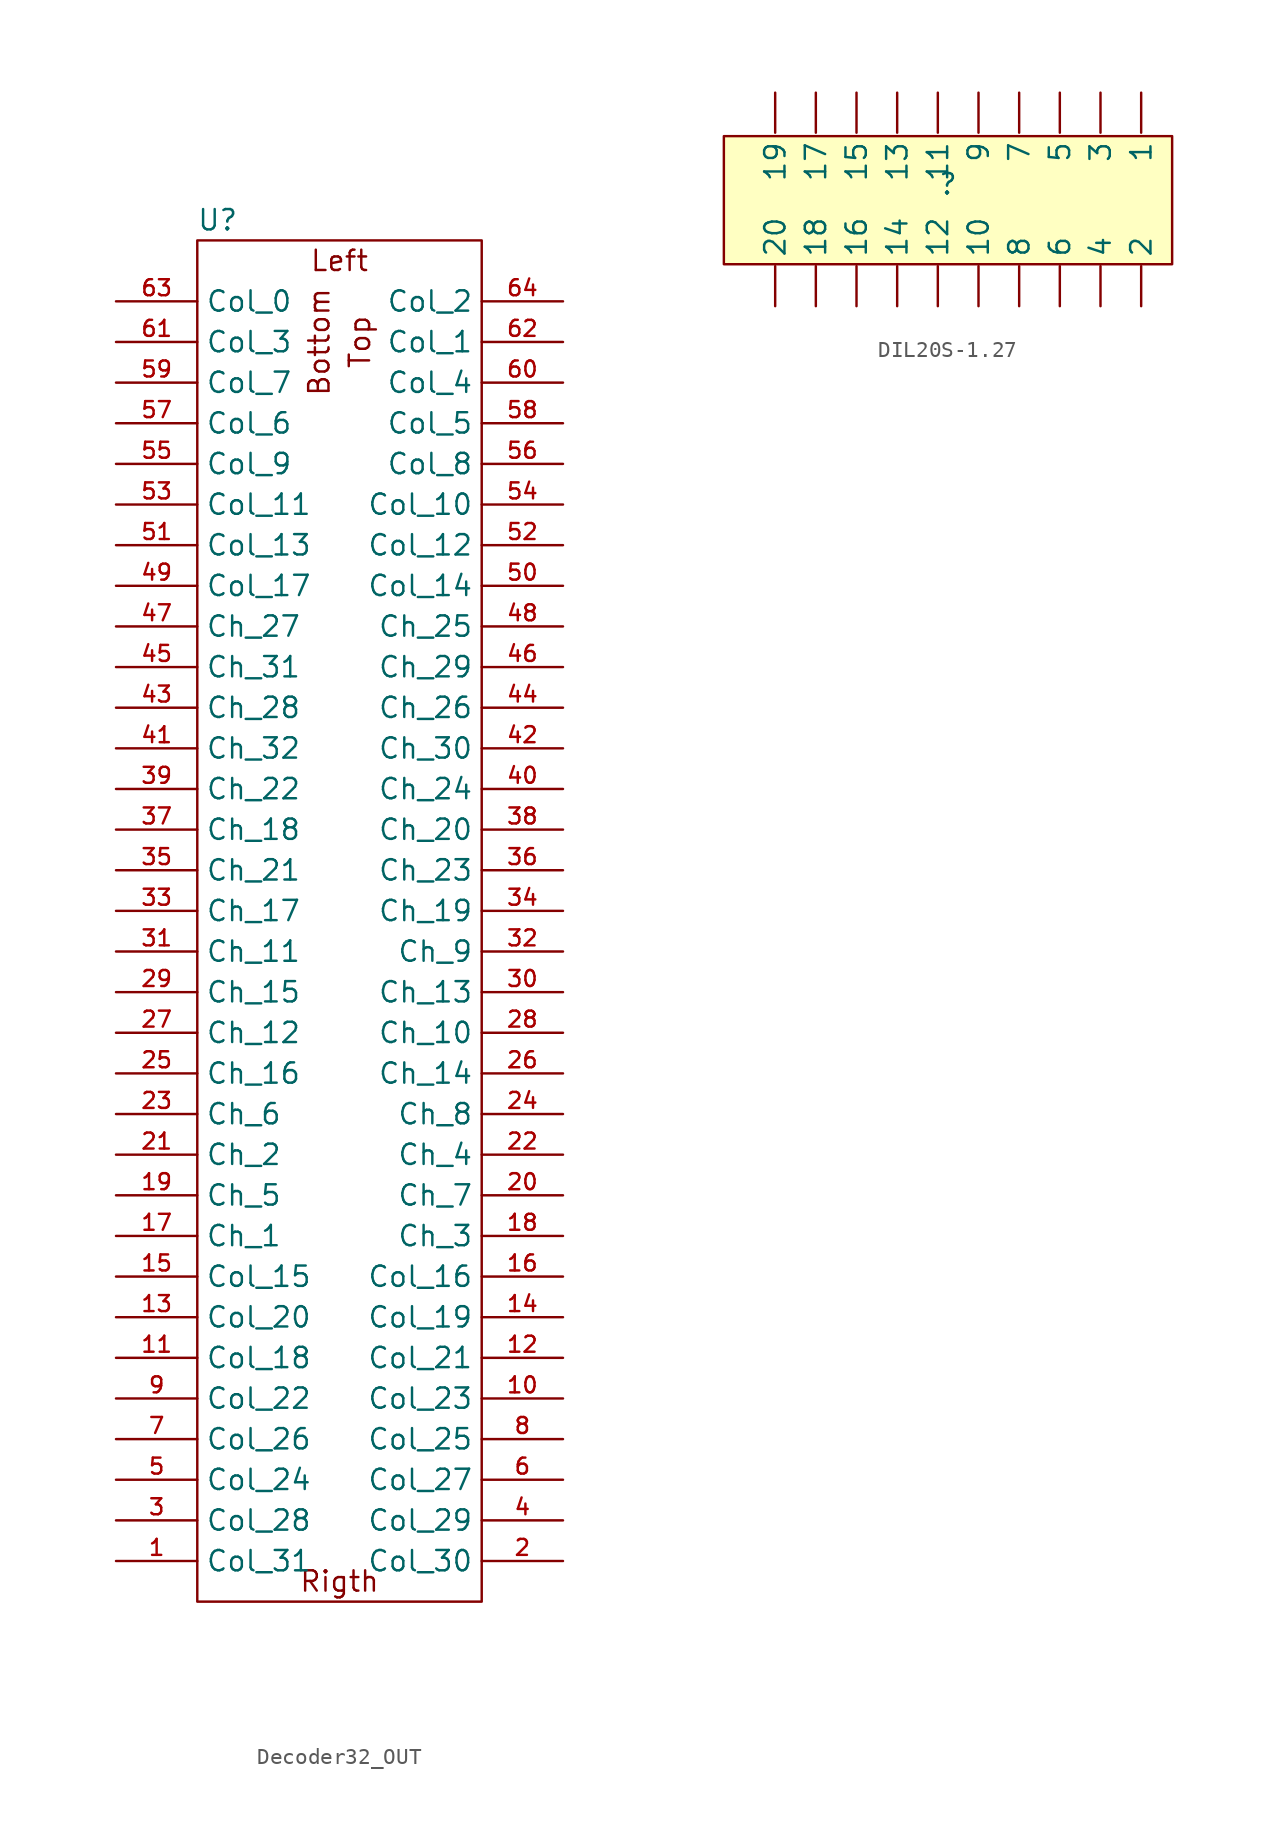
<source format=kicad_sym>
(kicad_symbol_lib
  (version 20220914)
  (generator kicad_symbol_editor)
  (symbol "Decoder32_OUT"
    (property "Reference" "U"
      (at 6.35 1.27 0)
      (effects (font (size 1.27 1.27))))
    (property "Value" ""
      (at 0 0 0)
      (effects (font (size 1.27 1.27))))
    (symbol "Decoder32_OUT_0_1"
      (rectangle (start 5.08 0) (end 22.86 -85.09) (stroke (width 0) (type default)) (fill (type none))))
    (symbol "Decoder32_OUT_1_0"
      (pin passive line (at 0 -82.55 0) (length 5.08) (name "Col_31" (effects (font (size 1.27 1.27)))) (number "1" (effects (font (size 1 1)))))
      (pin passive line (at 27.94 -72.39 180) (length 5.08) (name "Col_23" (effects (font (size 1.27 1.27)))) (number "10" (effects (font (size 1 1)))))
      (pin passive line (at 0 -69.85 0) (length 5.08) (name "Col_18" (effects (font (size 1.27 1.27)))) (number "11" (effects (font (size 1 1)))))
      (pin passive line (at 27.94 -69.85 180) (length 5.08) (name "Col_21" (effects (font (size 1.27 1.27)))) (number "12" (effects (font (size 1 1)))))
      (pin passive line (at 0 -67.31 0) (length 5.08) (name "Col_20" (effects (font (size 1.27 1.27)))) (number "13" (effects (font (size 1 1)))))
      (pin passive line (at 27.94 -67.31 180) (length 5.08) (name "Col_19" (effects (font (size 1.27 1.27)))) (number "14" (effects (font (size 1 1)))))
      (pin passive line (at 0 -64.77 0) (length 5.08) (name "Col_15" (effects (font (size 1.27 1.27)))) (number "15" (effects (font (size 1 1)))))
      (pin passive line (at 27.94 -64.77 180) (length 5.08) (name "Col_16" (effects (font (size 1.27 1.27)))) (number "16" (effects (font (size 1 1)))))
      (pin passive line (at 0 -62.23 0) (length 5.08) (name "Ch_1" (effects (font (size 1.27 1.27)))) (number "17" (effects (font (size 1 1)))))
      (pin passive line (at 27.94 -62.23 180) (length 5.08) (name "Ch_3" (effects (font (size 1.27 1.27)))) (number "18" (effects (font (size 1 1)))))
      (pin passive line (at 0 -59.69 0) (length 5.08) (name "Ch_5" (effects (font (size 1.27 1.27)))) (number "19" (effects (font (size 1 1)))))
      (pin passive line (at 27.94 -82.55 180) (length 5.08) (name "Col_30" (effects (font (size 1.27 1.27)))) (number "2" (effects (font (size 1 1)))))
      (pin passive line (at 27.94 -59.69 180) (length 5.08) (name "Ch_7" (effects (font (size 1.27 1.27)))) (number "20" (effects (font (size 1 1)))))
      (pin passive line (at 0 -57.15 0) (length 5.08) (name "Ch_2" (effects (font (size 1.27 1.27)))) (number "21" (effects (font (size 1 1)))))
      (pin passive line (at 27.94 -57.15 180) (length 5.08) (name "Ch_4" (effects (font (size 1.27 1.27)))) (number "22" (effects (font (size 1 1)))))
      (pin passive line (at 0 -54.61 0) (length 5.08) (name "Ch_6" (effects (font (size 1.27 1.27)))) (number "23" (effects (font (size 1 1)))))
      (pin passive line (at 27.94 -54.61 180) (length 5.08) (name "Ch_8" (effects (font (size 1.27 1.27)))) (number "24" (effects (font (size 1 1)))))
      (pin passive line (at 0 -52.07 0) (length 5.08) (name "Ch_16" (effects (font (size 1.27 1.27)))) (number "25" (effects (font (size 1 1)))))
      (pin passive line (at 27.94 -52.07 180) (length 5.08) (name "Ch_14" (effects (font (size 1.27 1.27)))) (number "26" (effects (font (size 1 1)))))
      (pin passive line (at 0 -49.53 0) (length 5.08) (name "Ch_12" (effects (font (size 1.27 1.27)))) (number "27" (effects (font (size 1 1)))))
      (pin passive line (at 27.94 -49.53 180) (length 5.08) (name "Ch_10" (effects (font (size 1.27 1.27)))) (number "28" (effects (font (size 1 1)))))
      (pin passive line (at 0 -46.99 0) (length 5.08) (name "Ch_15" (effects (font (size 1.27 1.27)))) (number "29" (effects (font (size 1 1)))))
      (pin passive line (at 0 -80.01 0) (length 5.08) (name "Col_28" (effects (font (size 1.27 1.27)))) (number "3" (effects (font (size 1 1)))))
      (pin passive line (at 27.94 -46.99 180) (length 5.08) (name "Ch_13" (effects (font (size 1.27 1.27)))) (number "30" (effects (font (size 1 1)))))
      (pin passive line (at 0 -44.45 0) (length 5.08) (name "Ch_11" (effects (font (size 1.27 1.27)))) (number "31" (effects (font (size 1 1)))))
      (pin passive line (at 27.94 -44.45 180) (length 5.08) (name "Ch_9" (effects (font (size 1.27 1.27)))) (number "32" (effects (font (size 1 1)))))
      (pin passive line (at 0 -41.91 0) (length 5.08) (name "Ch_17" (effects (font (size 1.27 1.27)))) (number "33" (effects (font (size 1 1)))))
      (pin passive line (at 27.94 -41.91 180) (length 5.08) (name "Ch_19" (effects (font (size 1.27 1.27)))) (number "34" (effects (font (size 1 1)))))
      (pin passive line (at 0 -39.37 0) (length 5.08) (name "Ch_21" (effects (font (size 1.27 1.27)))) (number "35" (effects (font (size 1 1)))))
      (pin passive line (at 27.94 -39.37 180) (length 5.08) (name "Ch_23" (effects (font (size 1.27 1.27)))) (number "36" (effects (font (size 1 1)))))
      (pin passive line (at 0 -36.83 0) (length 5.08) (name "Ch_18" (effects (font (size 1.27 1.27)))) (number "37" (effects (font (size 1 1)))))
      (pin passive line (at 27.94 -36.83 180) (length 5.08) (name "Ch_20" (effects (font (size 1.27 1.27)))) (number "38" (effects (font (size 1 1)))))
      (pin passive line (at 0 -34.29 0) (length 5.08) (name "Ch_22" (effects (font (size 1.27 1.27)))) (number "39" (effects (font (size 1 1)))))
      (pin passive line (at 27.94 -80.01 180) (length 5.08) (name "Col_29" (effects (font (size 1.27 1.27)))) (number "4" (effects (font (size 1 1)))))
      (pin passive line (at 27.94 -34.29 180) (length 5.08) (name "Ch_24" (effects (font (size 1.27 1.27)))) (number "40" (effects (font (size 1 1)))))
      (pin passive line (at 0 -31.75 0) (length 5.08) (name "Ch_32" (effects (font (size 1.27 1.27)))) (number "41" (effects (font (size 1 1)))))
      (pin passive line (at 27.94 -31.75 180) (length 5.08) (name "Ch_30" (effects (font (size 1.27 1.27)))) (number "42" (effects (font (size 1 1)))))
      (pin passive line (at 0 -29.21 0) (length 5.08) (name "Ch_28" (effects (font (size 1.27 1.27)))) (number "43" (effects (font (size 1 1)))))
      (pin passive line (at 27.94 -29.21 180) (length 5.08) (name "Ch_26" (effects (font (size 1.27 1.27)))) (number "44" (effects (font (size 1 1)))))
      (pin passive line (at 0 -26.67 0) (length 5.08) (name "Ch_31" (effects (font (size 1.27 1.27)))) (number "45" (effects (font (size 1 1)))))
      (pin passive line (at 27.94 -26.67 180) (length 5.08) (name "Ch_29" (effects (font (size 1.27 1.27)))) (number "46" (effects (font (size 1 1)))))
      (pin passive line (at 0 -24.13 0) (length 5.08) (name "Ch_27" (effects (font (size 1.27 1.27)))) (number "47" (effects (font (size 1 1)))))
      (pin passive line (at 27.94 -24.13 180) (length 5.08) (name "Ch_25" (effects (font (size 1.27 1.27)))) (number "48" (effects (font (size 1 1)))))
      (pin passive line (at 0 -21.59 0) (length 5.08) (name "Col_17" (effects (font (size 1.27 1.27)))) (number "49" (effects (font (size 1 1)))))
      (pin passive line (at 0 -77.47 0) (length 5.08) (name "Col_24" (effects (font (size 1.27 1.27)))) (number "5" (effects (font (size 1 1)))))
      (pin passive line (at 27.94 -21.59 180) (length 5.08) (name "Col_14" (effects (font (size 1.27 1.27)))) (number "50" (effects (font (size 1 1)))))
      (pin passive line (at 0 -19.05 0) (length 5.08) (name "Col_13" (effects (font (size 1.27 1.27)))) (number "51" (effects (font (size 1 1)))))
      (pin passive line (at 27.94 -19.05 180) (length 5.08) (name "Col_12" (effects (font (size 1.27 1.27)))) (number "52" (effects (font (size 1 1)))))
      (pin passive line (at 0 -16.51 0) (length 5.08) (name "Col_11" (effects (font (size 1.27 1.27)))) (number "53" (effects (font (size 1 1)))))
      (pin passive line (at 27.94 -16.51 180) (length 5.08) (name "Col_10" (effects (font (size 1.27 1.27)))) (number "54" (effects (font (size 1 1)))))
      (pin passive line (at 0 -13.97 0) (length 5.08) (name "Col_9" (effects (font (size 1.27 1.27)))) (number "55" (effects (font (size 1 1)))))
      (pin passive line (at 27.94 -13.97 180) (length 5.08) (name "Col_8" (effects (font (size 1.27 1.27)))) (number "56" (effects (font (size 1 1)))))
      (pin passive line (at 0 -11.43 0) (length 5.08) (name "Col_6" (effects (font (size 1.27 1.27)))) (number "57" (effects (font (size 1 1)))))
      (pin passive line (at 27.94 -11.43 180) (length 5.08) (name "Col_5" (effects (font (size 1.27 1.27)))) (number "58" (effects (font (size 1 1)))))
      (pin passive line (at 0 -8.89 0) (length 5.08) (name "Col_7" (effects (font (size 1.27 1.27)))) (number "59" (effects (font (size 1 1)))))
      (pin passive line (at 27.94 -77.47 180) (length 5.08) (name "Col_27" (effects (font (size 1.27 1.27)))) (number "6" (effects (font (size 1 1)))))
      (pin passive line (at 27.94 -8.89 180) (length 5.08) (name "Col_4" (effects (font (size 1.27 1.27)))) (number "60" (effects (font (size 1 1)))))
      (pin passive line (at 0 -6.35 0) (length 5.08) (name "Col_3" (effects (font (size 1.27 1.27)))) (number "61" (effects (font (size 1 1)))))
      (pin passive line (at 27.94 -6.35 180) (length 5.08) (name "Col_1" (effects (font (size 1.27 1.27)))) (number "62" (effects (font (size 1 1)))))
      (pin passive line (at 0 -3.81 0) (length 5.08) (name "Col_0" (effects (font (size 1.27 1.27)))) (number "63" (effects (font (size 1 1)))))
      (pin passive line (at 27.94 -3.81 180) (length 5.08) (name "Col_2" (effects (font (size 1.27 1.27)))) (number "64" (effects (font (size 1 1)))))
      (pin passive line (at 0 -74.93 0) (length 5.08) (name "Col_26" (effects (font (size 1.27 1.27)))) (number "7" (effects (font (size 1 1)))))
      (pin passive line (at 27.94 -74.93 180) (length 5.08) (name "Col_25" (effects (font (size 1.27 1.27)))) (number "8" (effects (font (size 1 1)))))
      (pin passive line (at 0 -72.39 0) (length 5.08) (name "Col_22" (effects (font (size 1.27 1.27)))) (number "9" (effects (font (size 1 1))))))
    (symbol "Decoder32_OUT_1_1"
      (text "Bottom" (at 12.7 -6.35 900) (effects (font (size 1.27 1.27))))
      (text "Left" (at 13.97 -1.27 0) (effects (font (size 1.27 1.27))))
      (text "Rigth" (at 13.97 -83.82 0) (effects (font (size 1.27 1.27))))
      (text "Top\n" (at 15.24 -6.35 900) (effects (font (size 1.27 1.27))))))
  (symbol "DIL20S-1.27"
    (property "Reference" ""
      (at 0 0 0)
      (effects (font (size 1.27 1.27))))
    (property "Value" ""
      (at 0 0 0)
      (effects (font (size 1.27 1.27))))
    (symbol "DIL20S-1.27_1_0"
      (rectangle (start 14 3) (end -14 -5) (stroke (width 0) (type solid)) (fill (type background)))
      (pin passive line (at 12.065 5.715 270) (length 2.5) (name "1" (effects (font (size 1.27 1.27)))) (number "1" (effects (font (size 0 0)))))
      (pin passive line (at 1.905 -7.62 90) (length 2.5) (name "10" (effects (font (size 1.27 1.27)))) (number "10" (effects (font (size 0 0)))))
      (pin passive line (at -0.635 5.715 270) (length 2.5) (name "11" (effects (font (size 1.27 1.27)))) (number "11" (effects (font (size 0 0)))))
      (pin passive line (at -0.635 -7.62 90) (length 2.5) (name "12" (effects (font (size 1.27 1.27)))) (number "12" (effects (font (size 0 0)))))
      (pin passive line (at -3.175 5.715 270) (length 2.5) (name "13" (effects (font (size 1.27 1.27)))) (number "13" (effects (font (size 0 0)))))
      (pin passive line (at -3.175 -7.62 90) (length 2.5) (name "14" (effects (font (size 1.27 1.27)))) (number "14" (effects (font (size 0 0)))))
      (pin passive line (at -5.715 5.715 270) (length 2.5) (name "15" (effects (font (size 1.27 1.27)))) (number "15" (effects (font (size 0 0)))))
      (pin passive line (at -5.715 -7.62 90) (length 2.5) (name "16" (effects (font (size 1.27 1.27)))) (number "16" (effects (font (size 0 0)))))
      (pin passive line (at -8.255 5.715 270) (length 2.5) (name "17" (effects (font (size 1.27 1.27)))) (number "17" (effects (font (size 0 0)))))
      (pin passive line (at -8.255 -7.62 90) (length 2.5) (name "18" (effects (font (size 1.27 1.27)))) (number "18" (effects (font (size 0 0)))))
      (pin passive line (at -10.795 5.715 270) (length 2.5) (name "19" (effects (font (size 1.27 1.27)))) (number "19" (effects (font (size 0 0)))))
      (pin passive line (at 12.065 -7.62 90) (length 2.5) (name "2" (effects (font (size 1.27 1.27)))) (number "2" (effects (font (size 0 0)))))
      (pin passive line (at -10.795 -7.62 90) (length 2.5) (name "20" (effects (font (size 1.27 1.27)))) (number "20" (effects (font (size 0 0)))))
      (pin passive line (at 9.525 5.715 270) (length 2.5) (name "3" (effects (font (size 1.27 1.27)))) (number "3" (effects (font (size 0 0)))))
      (pin passive line (at 9.525 -7.62 90) (length 2.5) (name "4" (effects (font (size 1.27 1.27)))) (number "4" (effects (font (size 0 0)))))
      (pin passive line (at 6.985 5.715 270) (length 2.5) (name "5" (effects (font (size 1.27 1.27)))) (number "5" (effects (font (size 0 0)))))
      (pin passive line (at 6.985 -7.62 90) (length 2.5) (name "6" (effects (font (size 1.27 1.27)))) (number "6" (effects (font (size 0 0)))))
      (pin passive line (at 4.445 5.715 270) (length 2.5) (name "7" (effects (font (size 1.27 1.27)))) (number "7" (effects (font (size 0 0)))))
      (pin passive line (at 4.445 -7.62 90) (length 2.5) (name "8" (effects (font (size 1.27 1.27)))) (number "8" (effects (font (size 0 0)))))
      (pin passive line (at 1.905 5.715 270) (length 2.5) (name "9" (effects (font (size 1.27 1.27)))) (number "9" (effects (font (size 0 0))))))))
</source>
